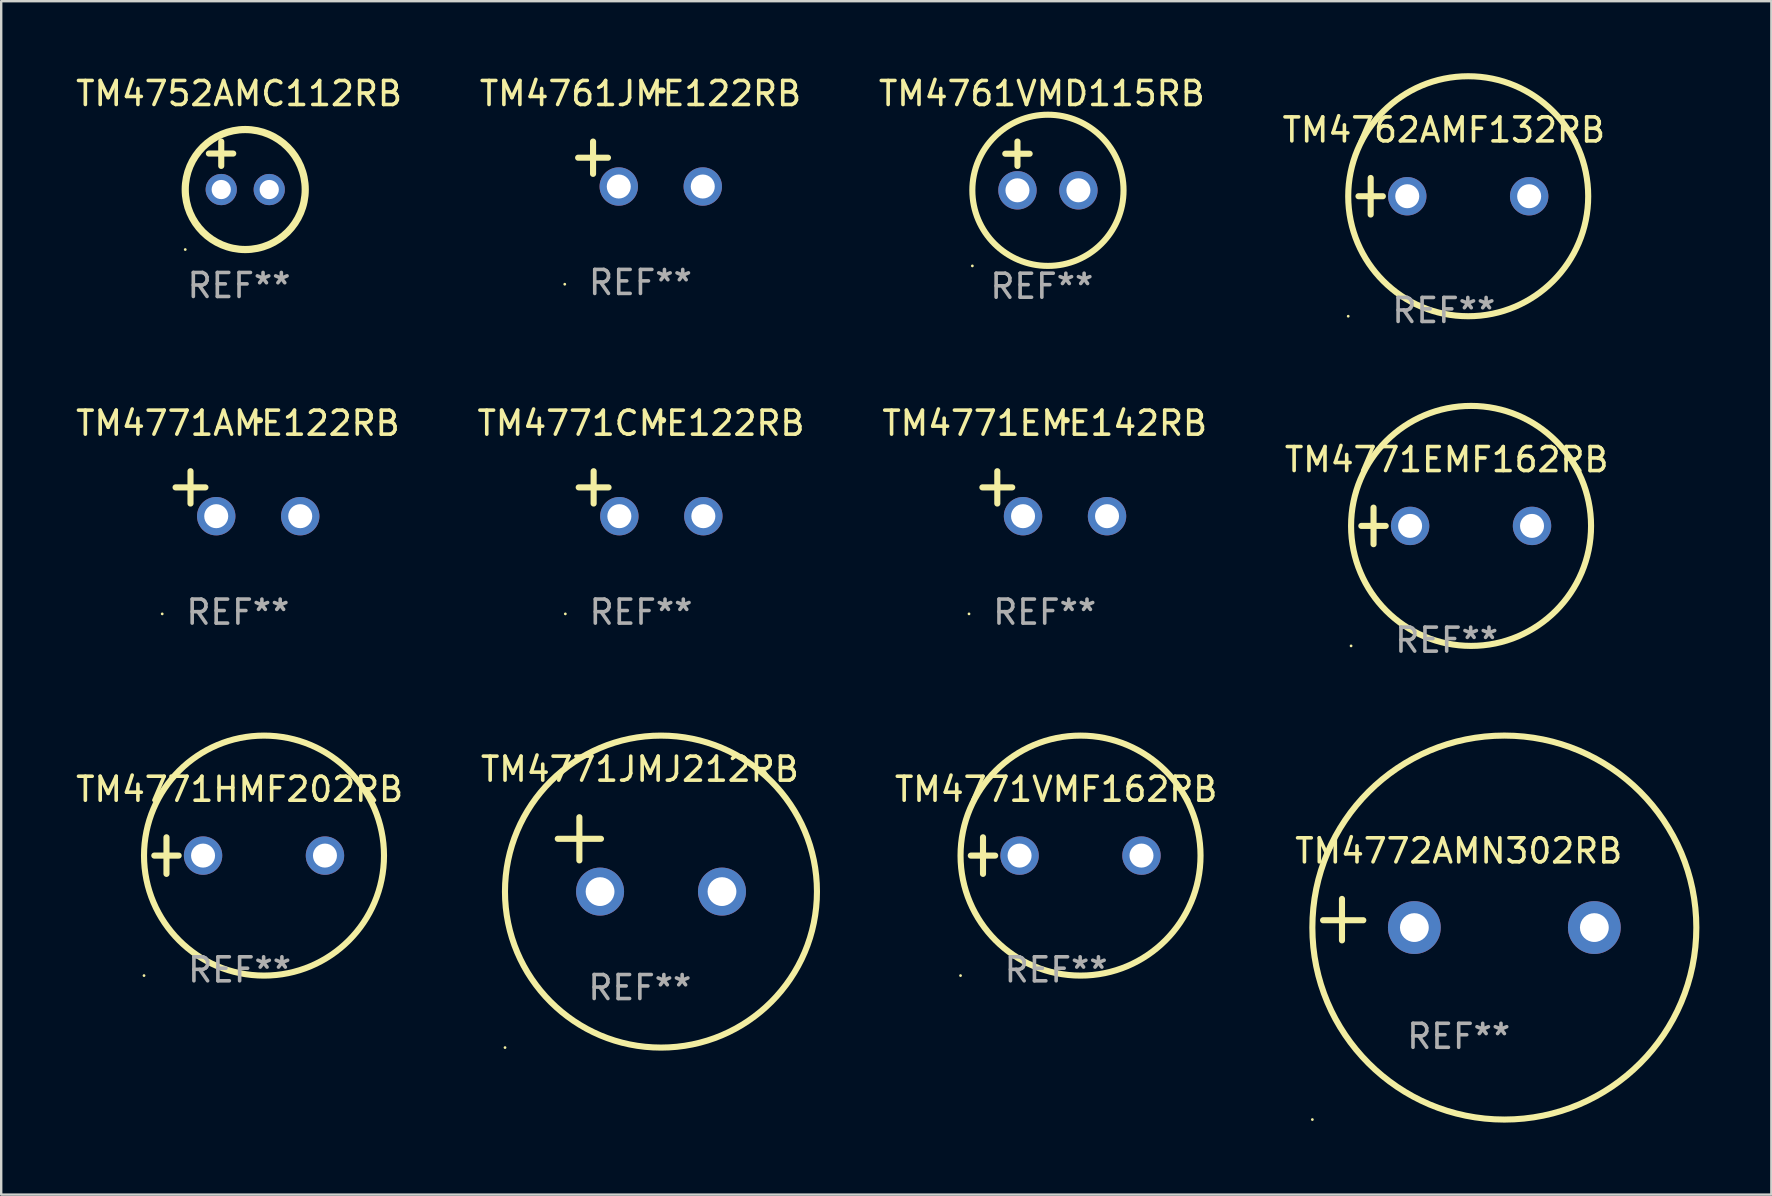
<source format=kicad_pcb>
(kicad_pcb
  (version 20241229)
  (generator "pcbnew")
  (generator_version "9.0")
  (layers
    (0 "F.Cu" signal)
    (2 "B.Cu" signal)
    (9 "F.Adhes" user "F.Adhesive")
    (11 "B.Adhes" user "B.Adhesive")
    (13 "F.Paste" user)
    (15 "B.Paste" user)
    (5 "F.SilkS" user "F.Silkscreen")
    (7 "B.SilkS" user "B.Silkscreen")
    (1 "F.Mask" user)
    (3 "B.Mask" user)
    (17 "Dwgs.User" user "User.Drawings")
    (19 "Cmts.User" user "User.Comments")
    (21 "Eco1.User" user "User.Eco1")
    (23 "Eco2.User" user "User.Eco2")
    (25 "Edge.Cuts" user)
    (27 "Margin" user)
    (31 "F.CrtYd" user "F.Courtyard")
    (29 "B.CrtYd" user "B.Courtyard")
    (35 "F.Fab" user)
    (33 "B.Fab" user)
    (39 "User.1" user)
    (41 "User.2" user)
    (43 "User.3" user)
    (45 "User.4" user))
  (footprint "TM4762AMF132RB"
    (layer "F.Cu")
    (at 57.113 5.127)
    (property "Reference" "TM4762AMF132RB" (at 0 -2.762 0) (layer "F.SilkS") (effects (font (size 1 1) (thickness 0.15))))
    (attr through_hole)
    (fp_line (start -3.556 0) (end -2.54 0) (stroke (width 0.254) (type solid)) (layer "F.SilkS"))
    (fp_line (start -3.048 -0.762) (end -3.048 0.762) (stroke (width 0.254) (type solid)) (layer "F.SilkS"))
    (fp_circle (center -3.984 5) (end -3.954 5) (stroke (width 0.06) (type solid)) (fill no) (layer "F.SilkS"))
    (fp_circle (center 1.016 0) (end 6.016 0) (stroke (width 0.254) (type solid)) (fill no) (layer "F.SilkS"))
    (fp_text user "REF**" (at 0 4.762 0) (layer "F.Fab") (effects (font (size 1 1) (thickness 0.15))))
    (pad "1" thru_hole circle (at -1.524 0) (size 1.6 1.6) (drill 1) (layers "*.Cu" "*.Mask"))
    (pad "2" thru_hole circle (at 3.556 0) (size 1.6 1.6) (drill 1) (layers "*.Cu" "*.Mask")))
  (footprint "TM4771AME122RB"
    (layer "F.Cu")
    (at 6.863 17.522)
    (property "Reference" "TM4771AME122RB" (at 0 -2.937 0) (layer "F.SilkS") (effects (font (size 1 1) (thickness 0.15))))
    (attr through_hole)
    (fp_line (start -1.975 0.41) (end -1.975 -0.937) (stroke (width 0.254) (type solid)) (layer "F.SilkS"))
    (fp_line (start -1.353 -0.263) (end -2.597 -0.263) (stroke (width 0.254) (type solid)) (layer "F.SilkS"))
    (fp_arc (start 0.849809 -3.063957) (mid 0.885369 -3.064114) (end 0.920929 -3.063957) (stroke (width 0.254001) (type solid)) (layer "F.SilkS"))
    (fp_circle (center -3.154 5.008) (end -3.124 5.008) (stroke (width 0.06) (type solid)) (fill no) (layer "F.SilkS"))
    (fp_text user "REF**" (at 0 4.937 0) (layer "F.Fab") (effects (font (size 1 1) (thickness 0.15))))
    (pad "1" thru_hole circle (at -0.903 0.937) (size 1.6 1.6) (drill 1) (layers "*.Cu" "*.Mask"))
    (pad "2" thru_hole circle (at 2.597 0.937) (size 1.6 1.6) (drill 1) (layers "*.Cu" "*.Mask")))
  (footprint "TM4771EMF162RB"
    (layer "F.Cu")
    (at 57.232 18.864)
    (property "Reference" "TM4771EMF162RB" (at 0 -2.762 0) (layer "F.SilkS") (effects (font (size 1 1) (thickness 0.15))))
    (attr through_hole)
    (fp_line (start -3.556 0) (end -2.54 0) (stroke (width 0.254) (type solid)) (layer "F.SilkS"))
    (fp_line (start -3.048 -0.762) (end -3.048 0.762) (stroke (width 0.254) (type solid)) (layer "F.SilkS"))
    (fp_circle (center -3.984 5) (end -3.954 5) (stroke (width 0.06) (type solid)) (fill no) (layer "F.SilkS"))
    (fp_circle (center 1.016 0) (end 6.016 0) (stroke (width 0.254) (type solid)) (fill no) (layer "F.SilkS"))
    (fp_text user "REF**" (at 0 4.762 0) (layer "F.Fab") (effects (font (size 1 1) (thickness 0.15))))
    (pad "1" thru_hole circle (at -1.524 0) (size 1.6 1.6) (drill 1) (layers "*.Cu" "*.Mask"))
    (pad "2" thru_hole circle (at 3.556 0) (size 1.6 1.6) (drill 1) (layers "*.Cu" "*.Mask")))
  (footprint "TM4752AMC112RB"
    (layer "F.Cu")
    (at 6.911 3.848)
    (property "Reference" "TM4752AMC112RB" (at 0 -3 0) (layer "F.SilkS") (effects (font (size 1 1) (thickness 0.15))))
    (attr through_hole)
    (fp_line (start -1.258 -0.5) (end -0.242 -0.5) (stroke (width 0.254) (type solid)) (layer "F.SilkS"))
    (fp_line (start -0.742 -1) (end -0.742 0.016) (stroke (width 0.254) (type solid)) (layer "F.SilkS"))
    (fp_circle (center -2.242 3.5) (end -2.212 3.5) (stroke (width 0.06) (type solid)) (fill no) (layer "F.SilkS"))
    (fp_circle (center 0.258 1) (end 2.758 1) (stroke (width 0.3) (type solid)) (fill no) (layer "F.SilkS"))
    (fp_text user "REF**" (at 0 5 0) (layer "F.Fab") (effects (font (size 1 1) (thickness 0.15))))
    (pad "1" thru_hole circle (at -0.742 1) (size 1.3 1.3) (drill 0.8) (layers "*.Cu" "*.Mask"))
    (pad "2" thru_hole circle (at 1.258 1) (size 1.3 1.3) (drill 0.8) (layers "*.Cu" "*.Mask")))
  (footprint "TM4771JMJ212RB"
    (layer "F.Cu")
    (at 23.613 32.552)
    (property "Reference" "TM4771JMJ212RB" (at 0 -3.55 0) (layer "F.SilkS") (effects (font (size 1 1) (thickness 0.15))))
    (attr through_hole)
    (fp_line (start -3.421 -0.65) (end -1.621 -0.65) (stroke (width 0.254) (type solid)) (layer "F.SilkS"))
    (fp_line (start -2.521 -1.55) (end -2.521 0.25) (stroke (width 0.254) (type solid)) (layer "F.SilkS"))
    (fp_circle (center -5.619 8.05) (end -5.589 8.05) (stroke (width 0.06) (type solid)) (fill no) (layer "F.SilkS"))
    (fp_circle (center 0.879 1.55) (end 7.379 1.55) (stroke (width 0.254) (type solid)) (fill no) (layer "F.SilkS"))
    (fp_text user "REF**" (at 0 5.55 0) (layer "F.Fab") (effects (font (size 1 1) (thickness 0.15))))
    (pad "1" thru_hole circle (at -1.659 1.55) (size 2 2) (drill 1.2) (layers "*.Cu" "*.Mask"))
    (pad "2" thru_hole circle (at 3.421 1.55) (size 2 2) (drill 1.2) (layers "*.Cu" "*.Mask")))
  (footprint "TM4771HMF202RB"
    (layer "F.Cu")
    (at 6.935 32.602)
    (property "Reference" "TM4771HMF202RB" (at 0 -2.762 0) (layer "F.SilkS") (effects (font (size 1 1) (thickness 0.15))))
    (attr through_hole)
    (fp_line (start -3.556 0) (end -2.54 0) (stroke (width 0.254) (type solid)) (layer "F.SilkS"))
    (fp_line (start -3.048 -0.762) (end -3.048 0.762) (stroke (width 0.254) (type solid)) (layer "F.SilkS"))
    (fp_circle (center -3.984 5) (end -3.954 5) (stroke (width 0.06) (type solid)) (fill no) (layer "F.SilkS"))
    (fp_circle (center 1.016 0) (end 6.016 0) (stroke (width 0.254) (type solid)) (fill no) (layer "F.SilkS"))
    (fp_text user "REF**" (at 0 4.762 0) (layer "F.Fab") (effects (font (size 1 1) (thickness 0.15))))
    (pad "1" thru_hole circle (at -1.524 0) (size 1.6 1.6) (drill 1) (layers "*.Cu" "*.Mask"))
    (pad "2" thru_hole circle (at 3.556 0) (size 1.6 1.6) (drill 1) (layers "*.Cu" "*.Mask")))
  (footprint "TM4761JME122RB"
    (layer "F.Cu")
    (at 23.637 3.785)
    (property "Reference" "TM4761JME122RB" (at 0 -2.937 0) (layer "F.SilkS") (effects (font (size 1 1) (thickness 0.15))))
    (attr through_hole)
    (fp_line (start -1.975 0.41) (end -1.975 -0.937) (stroke (width 0.254) (type solid)) (layer "F.SilkS"))
    (fp_line (start -1.353 -0.263) (end -2.597 -0.263) (stroke (width 0.254) (type solid)) (layer "F.SilkS"))
    (fp_arc (start 0.849809 -3.063957) (mid 0.885369 -3.064114) (end 0.920929 -3.063957) (stroke (width 0.254001) (type solid)) (layer "F.SilkS"))
    (fp_circle (center -3.154 5.008) (end -3.124 5.008) (stroke (width 0.06) (type solid)) (fill no) (layer "F.SilkS"))
    (fp_text user "REF**" (at 0 4.937 0) (layer "F.Fab") (effects (font (size 1 1) (thickness 0.15))))
    (pad "1" thru_hole circle (at -0.903 0.937) (size 1.6 1.6) (drill 1) (layers "*.Cu" "*.Mask"))
    (pad "2" thru_hole circle (at 2.597 0.937) (size 1.6 1.6) (drill 1) (layers "*.Cu" "*.Mask")))
  (footprint "TM4761VMD115RB"
    (layer "F.Cu")
    (at 40.363 3.864)
    (property "Reference" "TM4761VMD115RB" (at 0 -3.016 0) (layer "F.SilkS") (effects (font (size 1 1) (thickness 0.15))))
    (attr through_hole)
    (fp_line (start -1.524 -0.508) (end -0.508 -0.508) (stroke (width 0.254) (type solid)) (layer "F.SilkS"))
    (fp_line (start -1.016 -1.016) (end -1.016 0) (stroke (width 0.254) (type solid)) (layer "F.SilkS"))
    (fp_circle (center -2.896 4.166) (end -2.866 4.166) (stroke (width 0.06) (type solid)) (fill no) (layer "F.SilkS"))
    (fp_circle (center 0.254 1.016) (end 3.404 1.016) (stroke (width 0.254) (type solid)) (fill no) (layer "F.SilkS"))
    (fp_text user "REF**" (at 0 5.016 0) (layer "F.Fab") (effects (font (size 1 1) (thickness 0.15))))
    (pad "1" thru_hole circle (at -1.016 1.016) (size 1.6 1.6) (drill 1) (layers "*.Cu" "*.Mask"))
    (pad "2" thru_hole circle (at 1.524 1.016) (size 1.6 1.6) (drill 1) (layers "*.Cu" "*.Mask")))
  (footprint "TM4772AMN302RB"
    (layer "F.Cu")
    (at 57.733 35.271)
    (property "Reference" "TM4772AMN302RB" (at 0 -2.864 0) (layer "F.SilkS") (effects (font (size 1 1) (thickness 0.15))))
    (attr through_hole)
    (fp_line (start -4.864 0.864) (end -4.864 -0.864) (stroke (width 0.254) (type solid)) (layer "F.SilkS"))
    (fp_line (start -3.975 0.025) (end -5.652 0.025) (stroke (width 0.254) (type solid)) (layer "F.SilkS"))
    (fp_circle (center -6.098 8.33) (end -6.068 8.33) (stroke (width 0.06) (type solid)) (fill no) (layer "F.SilkS"))
    (fp_circle (center 1.902 0.33) (end 9.902 0.33) (stroke (width 0.254) (type solid)) (fill no) (layer "F.SilkS"))
    (fp_text user "REF**" (at 0 4.864 0) (layer "F.Fab") (effects (font (size 1 1) (thickness 0.15))))
    (pad "1" thru_hole circle (at -1.848 0.33) (size 2.2 2.2) (drill 1.2) (layers "*.Cu" "*.Mask"))
    (pad "2" thru_hole circle (at 5.652 0.33) (size 2.2 2.2) (drill 1.2) (layers "*.Cu" "*.Mask")))
  (footprint "TM4771VMF162RB"
    (layer "F.Cu")
    (at 40.959 32.602)
    (property "Reference" "TM4771VMF162RB" (at 0 -2.762 0) (layer "F.SilkS") (effects (font (size 1 1) (thickness 0.15))))
    (attr through_hole)
    (fp_line (start -3.556 0) (end -2.54 0) (stroke (width 0.254) (type solid)) (layer "F.SilkS"))
    (fp_line (start -3.048 -0.762) (end -3.048 0.762) (stroke (width 0.254) (type solid)) (layer "F.SilkS"))
    (fp_circle (center -3.984 5) (end -3.954 5) (stroke (width 0.06) (type solid)) (fill no) (layer "F.SilkS"))
    (fp_circle (center 1.016 0) (end 6.016 0) (stroke (width 0.254) (type solid)) (fill no) (layer "F.SilkS"))
    (fp_text user "REF**" (at 0 4.762 0) (layer "F.Fab") (effects (font (size 1 1) (thickness 0.15))))
    (pad "1" thru_hole circle (at -1.524 0) (size 1.6 1.6) (drill 1) (layers "*.Cu" "*.Mask"))
    (pad "2" thru_hole circle (at 3.556 0) (size 1.6 1.6) (drill 1) (layers "*.Cu" "*.Mask")))
  (footprint "TM4771CME122RB"
    (layer "F.Cu")
    (at 23.661 17.522)
    (property "Reference" "TM4771CME122RB" (at 0 -2.937 0) (layer "F.SilkS") (effects (font (size 1 1) (thickness 0.15))))
    (attr through_hole)
    (fp_line (start -1.975 0.41) (end -1.975 -0.937) (stroke (width 0.254) (type solid)) (layer "F.SilkS"))
    (fp_line (start -1.353 -0.263) (end -2.597 -0.263) (stroke (width 0.254) (type solid)) (layer "F.SilkS"))
    (fp_arc (start 0.849809 -3.063957) (mid 0.885369 -3.064114) (end 0.920929 -3.063957) (stroke (width 0.254001) (type solid)) (layer "F.SilkS"))
    (fp_circle (center -3.154 5.008) (end -3.124 5.008) (stroke (width 0.06) (type solid)) (fill no) (layer "F.SilkS"))
    (fp_text user "REF**" (at 0 4.937 0) (layer "F.Fab") (effects (font (size 1 1) (thickness 0.15))))
    (pad "1" thru_hole circle (at -0.903 0.937) (size 1.6 1.6) (drill 1) (layers "*.Cu" "*.Mask"))
    (pad "2" thru_hole circle (at 2.597 0.937) (size 1.6 1.6) (drill 1) (layers "*.Cu" "*.Mask")))
  (footprint "TM4771EME142RB"
    (layer "F.Cu")
    (at 40.482 17.522)
    (property "Reference" "TM4771EME142RB" (at 0 -2.937 0) (layer "F.SilkS") (effects (font (size 1 1) (thickness 0.15))))
    (attr through_hole)
    (fp_line (start -1.975 0.41) (end -1.975 -0.937) (stroke (width 0.254) (type solid)) (layer "F.SilkS"))
    (fp_line (start -1.353 -0.263) (end -2.597 -0.263) (stroke (width 0.254) (type solid)) (layer "F.SilkS"))
    (fp_arc (start 0.849809 -3.063957) (mid 0.885369 -3.064114) (end 0.920929 -3.063957) (stroke (width 0.254001) (type solid)) (layer "F.SilkS"))
    (fp_circle (center -3.154 5.008) (end -3.124 5.008) (stroke (width 0.06) (type solid)) (fill no) (layer "F.SilkS"))
    (fp_text user "REF**" (at 0 4.937 0) (layer "F.Fab") (effects (font (size 1 1) (thickness 0.15))))
    (pad "1" thru_hole circle (at -0.903 0.937) (size 1.6 1.6) (drill 1) (layers "*.Cu" "*.Mask"))
    (pad "2" thru_hole circle (at 2.597 0.937) (size 1.6 1.6) (drill 1) (layers "*.Cu" "*.Mask")))
  (gr_rect
    (start -3 -3)
    (end 70.761 46.729)
    (stroke (width 0.1) (type default))
    (fill no)
    (layer "Edge.Cuts")))
</source>
